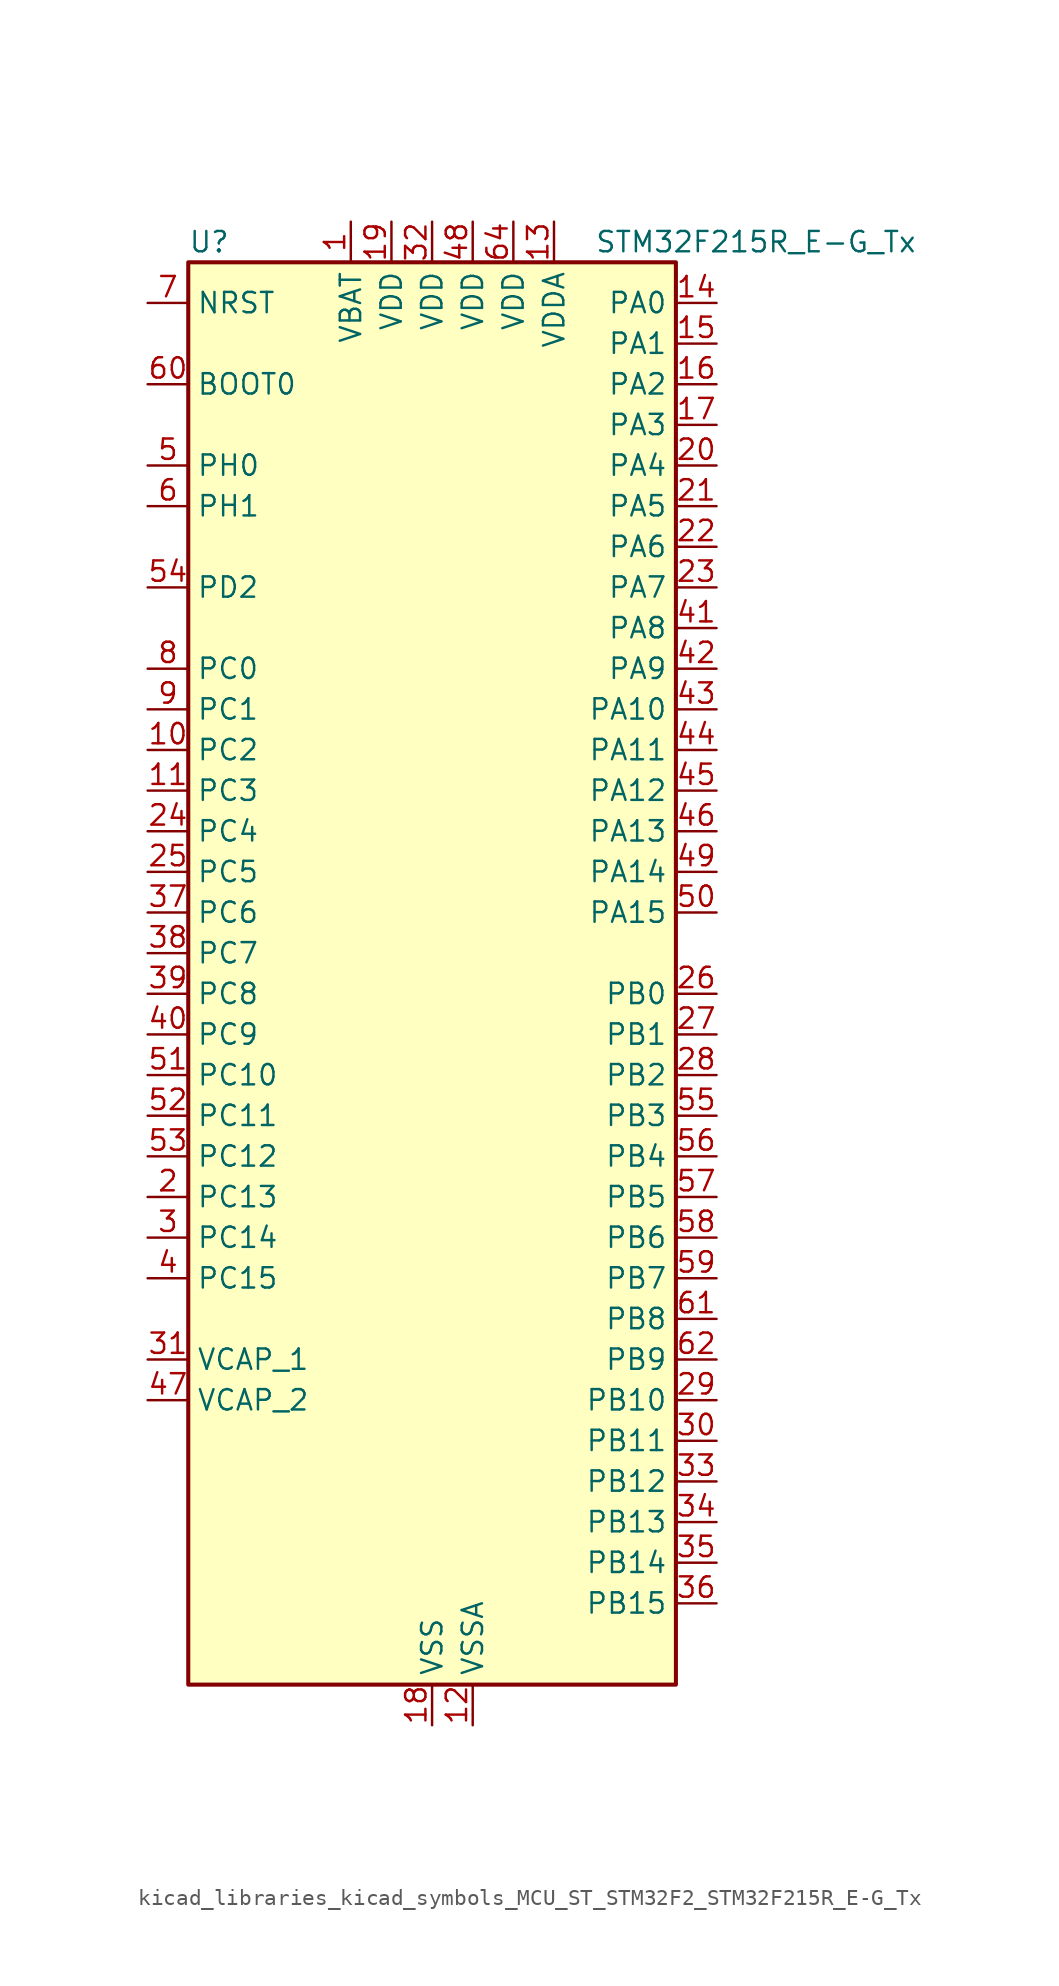
<source format=kicad_sym>
(kicad_symbol_lib
  (version 20220914)
  (generator kicad_symbol_editor)
  (symbol "kicad_libraries_kicad_symbols_MCU_ST_STM32F2_STM32F215R_E-G_Tx"
    (property "Reference" "U"
      (at -15.24 46.99 0)
      (effects (font (size 1.27 1.27)) (justify left)))
    (property "Value" "STM32F215R_E-G_Tx"
      (at 10.16 46.99 0)
      (effects (font (size 1.27 1.27)) (justify left)))
    (property "ki_locked" ""
      (at 0 0 0)
      (effects (font (size 1.27 1.27))))
    (symbol "kicad_libraries_kicad_symbols_MCU_ST_STM32F2_STM32F215R_E-G_Tx_0_1"
      (rectangle (start -15.24 -43.18) (end 15.24 45.72) (stroke (width 0.254) (type default)) (fill (type background))))
    (symbol "kicad_libraries_kicad_symbols_MCU_ST_STM32F2_STM32F215R_E-G_Tx_1_1"
      (pin power_in line (at -5.08 48.26 270) (length 2.54) (name "VBAT" (effects (font (size 1.27 1.27)))) (number "1" (effects (font (size 1.27 1.27)))))
      (pin bidirectional line (at -17.78 15.24 0) (length 2.54) (name "PC2" (effects (font (size 1.27 1.27)))) (number "10" (effects (font (size 1.27 1.27)))) (alternate "ADC1_IN12" bidirectional line) (alternate "ADC2_IN12" bidirectional line) (alternate "ADC3_IN12" bidirectional line) (alternate "SPI2_MISO" bidirectional line) (alternate "USB_OTG_HS_ULPI_DIR" bidirectional line))
      (pin bidirectional line (at -17.78 12.7 0) (length 2.54) (name "PC3" (effects (font (size 1.27 1.27)))) (number "11" (effects (font (size 1.27 1.27)))) (alternate "ADC1_IN13" bidirectional line) (alternate "ADC2_IN13" bidirectional line) (alternate "ADC3_IN13" bidirectional line) (alternate "I2S2_SD" bidirectional line) (alternate "SPI2_MOSI" bidirectional line) (alternate "USB_OTG_HS_ULPI_NXT" bidirectional line))
      (pin power_in line (at 2.54 -45.72 90) (length 2.54) (name "VSSA" (effects (font (size 1.27 1.27)))) (number "12" (effects (font (size 1.27 1.27)))))
      (pin power_in line (at 7.62 48.26 270) (length 2.54) (name "VDDA" (effects (font (size 1.27 1.27)))) (number "13" (effects (font (size 1.27 1.27)))))
      (pin bidirectional line (at 17.78 43.18 180) (length 2.54) (name "PA0" (effects (font (size 1.27 1.27)))) (number "14" (effects (font (size 1.27 1.27)))) (alternate "ADC1_IN0" bidirectional line) (alternate "ADC2_IN0" bidirectional line) (alternate "ADC3_IN0" bidirectional line) (alternate "SYS_WKUP" bidirectional line) (alternate "TIM2_CH1" bidirectional line) (alternate "TIM2_ETR" bidirectional line) (alternate "TIM5_CH1" bidirectional line) (alternate "TIM8_ETR" bidirectional line) (alternate "UART4_TX" bidirectional line) (alternate "USART2_CTS" bidirectional line))
      (pin bidirectional line (at 17.78 40.64 180) (length 2.54) (name "PA1" (effects (font (size 1.27 1.27)))) (number "15" (effects (font (size 1.27 1.27)))) (alternate "ADC1_IN1" bidirectional line) (alternate "ADC2_IN1" bidirectional line) (alternate "ADC3_IN1" bidirectional line) (alternate "TIM2_CH2" bidirectional line) (alternate "TIM5_CH2" bidirectional line) (alternate "UART4_RX" bidirectional line) (alternate "USART2_RTS" bidirectional line))
      (pin bidirectional line (at 17.78 38.1 180) (length 2.54) (name "PA2" (effects (font (size 1.27 1.27)))) (number "16" (effects (font (size 1.27 1.27)))) (alternate "ADC1_IN2" bidirectional line) (alternate "ADC2_IN2" bidirectional line) (alternate "ADC3_IN2" bidirectional line) (alternate "TIM2_CH3" bidirectional line) (alternate "TIM5_CH3" bidirectional line) (alternate "TIM9_CH1" bidirectional line) (alternate "USART2_TX" bidirectional line))
      (pin bidirectional line (at 17.78 35.56 180) (length 2.54) (name "PA3" (effects (font (size 1.27 1.27)))) (number "17" (effects (font (size 1.27 1.27)))) (alternate "ADC1_IN3" bidirectional line) (alternate "ADC2_IN3" bidirectional line) (alternate "ADC3_IN3" bidirectional line) (alternate "TIM2_CH4" bidirectional line) (alternate "TIM5_CH4" bidirectional line) (alternate "TIM9_CH2" bidirectional line) (alternate "USART2_RX" bidirectional line) (alternate "USB_OTG_HS_ULPI_D0" bidirectional line))
      (pin power_in line (at 0 -45.72 90) (length 2.54) (name "VSS" (effects (font (size 1.27 1.27)))) (number "18" (effects (font (size 1.27 1.27)))))
      (pin power_in line (at -2.54 48.26 270) (length 2.54) (name "VDD" (effects (font (size 1.27 1.27)))) (number "19" (effects (font (size 1.27 1.27)))))
      (pin bidirectional line (at -17.78 -12.7 0) (length 2.54) (name "PC13" (effects (font (size 1.27 1.27)))) (number "2" (effects (font (size 1.27 1.27)))) (alternate "RTC_AF1" bidirectional line))
      (pin bidirectional line (at 17.78 33.02 180) (length 2.54) (name "PA4" (effects (font (size 1.27 1.27)))) (number "20" (effects (font (size 1.27 1.27)))) (alternate "ADC1_IN4" bidirectional line) (alternate "ADC2_IN4" bidirectional line) (alternate "DAC_OUT1" bidirectional line) (alternate "I2S3_WS" bidirectional line) (alternate "SPI1_NSS" bidirectional line) (alternate "SPI3_NSS" bidirectional line) (alternate "USART2_CK" bidirectional line) (alternate "USB_OTG_HS_SOF" bidirectional line))
      (pin bidirectional line (at 17.78 30.48 180) (length 2.54) (name "PA5" (effects (font (size 1.27 1.27)))) (number "21" (effects (font (size 1.27 1.27)))) (alternate "ADC1_IN5" bidirectional line) (alternate "ADC2_IN5" bidirectional line) (alternate "DAC_OUT2" bidirectional line) (alternate "SPI1_SCK" bidirectional line) (alternate "TIM2_CH1" bidirectional line) (alternate "TIM2_ETR" bidirectional line) (alternate "TIM8_CH1N" bidirectional line) (alternate "USB_OTG_HS_ULPI_CK" bidirectional line))
      (pin bidirectional line (at 17.78 27.94 180) (length 2.54) (name "PA6" (effects (font (size 1.27 1.27)))) (number "22" (effects (font (size 1.27 1.27)))) (alternate "ADC1_IN6" bidirectional line) (alternate "ADC2_IN6" bidirectional line) (alternate "SPI1_MISO" bidirectional line) (alternate "TIM13_CH1" bidirectional line) (alternate "TIM1_BKIN" bidirectional line) (alternate "TIM3_CH1" bidirectional line) (alternate "TIM8_BKIN" bidirectional line))
      (pin bidirectional line (at 17.78 25.4 180) (length 2.54) (name "PA7" (effects (font (size 1.27 1.27)))) (number "23" (effects (font (size 1.27 1.27)))) (alternate "ADC1_IN7" bidirectional line) (alternate "ADC2_IN7" bidirectional line) (alternate "SPI1_MOSI" bidirectional line) (alternate "TIM14_CH1" bidirectional line) (alternate "TIM1_CH1N" bidirectional line) (alternate "TIM3_CH2" bidirectional line) (alternate "TIM8_CH1N" bidirectional line))
      (pin bidirectional line (at -17.78 10.16 0) (length 2.54) (name "PC4" (effects (font (size 1.27 1.27)))) (number "24" (effects (font (size 1.27 1.27)))) (alternate "ADC1_IN14" bidirectional line) (alternate "ADC2_IN14" bidirectional line))
      (pin bidirectional line (at -17.78 7.62 0) (length 2.54) (name "PC5" (effects (font (size 1.27 1.27)))) (number "25" (effects (font (size 1.27 1.27)))) (alternate "ADC1_IN15" bidirectional line) (alternate "ADC2_IN15" bidirectional line))
      (pin bidirectional line (at 17.78 0 180) (length 2.54) (name "PB0" (effects (font (size 1.27 1.27)))) (number "26" (effects (font (size 1.27 1.27)))) (alternate "ADC1_IN8" bidirectional line) (alternate "ADC2_IN8" bidirectional line) (alternate "TIM1_CH2N" bidirectional line) (alternate "TIM3_CH3" bidirectional line) (alternate "TIM8_CH2N" bidirectional line) (alternate "USB_OTG_HS_ULPI_D1" bidirectional line))
      (pin bidirectional line (at 17.78 -2.54 180) (length 2.54) (name "PB1" (effects (font (size 1.27 1.27)))) (number "27" (effects (font (size 1.27 1.27)))) (alternate "ADC1_IN9" bidirectional line) (alternate "ADC2_IN9" bidirectional line) (alternate "TIM1_CH3N" bidirectional line) (alternate "TIM3_CH4" bidirectional line) (alternate "TIM8_CH3N" bidirectional line) (alternate "USB_OTG_HS_ULPI_D2" bidirectional line))
      (pin bidirectional line (at 17.78 -5.08 180) (length 2.54) (name "PB2" (effects (font (size 1.27 1.27)))) (number "28" (effects (font (size 1.27 1.27)))))
      (pin bidirectional line (at 17.78 -25.4 180) (length 2.54) (name "PB10" (effects (font (size 1.27 1.27)))) (number "29" (effects (font (size 1.27 1.27)))) (alternate "I2C2_SCL" bidirectional line) (alternate "I2S2_SCK" bidirectional line) (alternate "SPI2_SCK" bidirectional line) (alternate "TIM2_CH3" bidirectional line) (alternate "USART3_TX" bidirectional line) (alternate "USB_OTG_HS_ULPI_D3" bidirectional line))
      (pin bidirectional line (at -17.78 -15.24 0) (length 2.54) (name "PC14" (effects (font (size 1.27 1.27)))) (number "3" (effects (font (size 1.27 1.27)))) (alternate "RCC_OSC32_IN" bidirectional line))
      (pin bidirectional line (at 17.78 -27.94 180) (length 2.54) (name "PB11" (effects (font (size 1.27 1.27)))) (number "30" (effects (font (size 1.27 1.27)))) (alternate "ADC1_EXTI11" bidirectional line) (alternate "ADC2_EXTI11" bidirectional line) (alternate "ADC3_EXTI11" bidirectional line) (alternate "I2C2_SDA" bidirectional line) (alternate "TIM2_CH4" bidirectional line) (alternate "USART3_RX" bidirectional line) (alternate "USB_OTG_HS_ULPI_D4" bidirectional line))
      (pin power_out line (at -17.78 -22.86 0) (length 2.54) (name "VCAP_1" (effects (font (size 1.27 1.27)))) (number "31" (effects (font (size 1.27 1.27)))))
      (pin power_in line (at 0 48.26 270) (length 2.54) (name "VDD" (effects (font (size 1.27 1.27)))) (number "32" (effects (font (size 1.27 1.27)))))
      (pin bidirectional line (at 17.78 -30.48 180) (length 2.54) (name "PB12" (effects (font (size 1.27 1.27)))) (number "33" (effects (font (size 1.27 1.27)))) (alternate "CAN2_RX" bidirectional line) (alternate "I2C2_SMBA" bidirectional line) (alternate "I2S2_WS" bidirectional line) (alternate "SPI2_NSS" bidirectional line) (alternate "TIM1_BKIN" bidirectional line) (alternate "USART3_CK" bidirectional line) (alternate "USB_OTG_HS_ID" bidirectional line) (alternate "USB_OTG_HS_ULPI_D5" bidirectional line))
      (pin bidirectional line (at 17.78 -33.02 180) (length 2.54) (name "PB13" (effects (font (size 1.27 1.27)))) (number "34" (effects (font (size 1.27 1.27)))) (alternate "CAN2_TX" bidirectional line) (alternate "I2S2_SCK" bidirectional line) (alternate "SPI2_SCK" bidirectional line) (alternate "TIM1_CH1N" bidirectional line) (alternate "USART3_CTS" bidirectional line) (alternate "USB_OTG_HS_ULPI_D6" bidirectional line) (alternate "USB_OTG_HS_VBUS" bidirectional line))
      (pin bidirectional line (at 17.78 -35.56 180) (length 2.54) (name "PB14" (effects (font (size 1.27 1.27)))) (number "35" (effects (font (size 1.27 1.27)))) (alternate "SPI2_MISO" bidirectional line) (alternate "TIM12_CH1" bidirectional line) (alternate "TIM1_CH2N" bidirectional line) (alternate "TIM8_CH2N" bidirectional line) (alternate "USART3_RTS" bidirectional line) (alternate "USB_OTG_HS_DM" bidirectional line))
      (pin bidirectional line (at 17.78 -38.1 180) (length 2.54) (name "PB15" (effects (font (size 1.27 1.27)))) (number "36" (effects (font (size 1.27 1.27)))) (alternate "ADC1_EXTI15" bidirectional line) (alternate "ADC2_EXTI15" bidirectional line) (alternate "ADC3_EXTI15" bidirectional line) (alternate "I2S2_SD" bidirectional line) (alternate "RTC_REFIN" bidirectional line) (alternate "SPI2_MOSI" bidirectional line) (alternate "TIM12_CH2" bidirectional line) (alternate "TIM1_CH3N" bidirectional line) (alternate "TIM8_CH3N" bidirectional line) (alternate "USB_OTG_HS_DP" bidirectional line))
      (pin bidirectional line (at -17.78 5.08 0) (length 2.54) (name "PC6" (effects (font (size 1.27 1.27)))) (number "37" (effects (font (size 1.27 1.27)))) (alternate "I2S2_MCK" bidirectional line) (alternate "SDIO_D6" bidirectional line) (alternate "TIM3_CH1" bidirectional line) (alternate "TIM8_CH1" bidirectional line) (alternate "USART6_TX" bidirectional line))
      (pin bidirectional line (at -17.78 2.54 0) (length 2.54) (name "PC7" (effects (font (size 1.27 1.27)))) (number "38" (effects (font (size 1.27 1.27)))) (alternate "I2S3_MCK" bidirectional line) (alternate "SDIO_D7" bidirectional line) (alternate "TIM3_CH2" bidirectional line) (alternate "TIM8_CH2" bidirectional line) (alternate "USART6_RX" bidirectional line))
      (pin bidirectional line (at -17.78 0 0) (length 2.54) (name "PC8" (effects (font (size 1.27 1.27)))) (number "39" (effects (font (size 1.27 1.27)))) (alternate "SDIO_D0" bidirectional line) (alternate "TIM3_CH3" bidirectional line) (alternate "TIM8_CH3" bidirectional line) (alternate "USART6_CK" bidirectional line))
      (pin bidirectional line (at -17.78 -17.78 0) (length 2.54) (name "PC15" (effects (font (size 1.27 1.27)))) (number "4" (effects (font (size 1.27 1.27)))) (alternate "ADC1_EXTI15" bidirectional line) (alternate "ADC2_EXTI15" bidirectional line) (alternate "ADC3_EXTI15" bidirectional line) (alternate "RCC_OSC32_OUT" bidirectional line))
      (pin bidirectional line (at -17.78 -2.54 0) (length 2.54) (name "PC9" (effects (font (size 1.27 1.27)))) (number "40" (effects (font (size 1.27 1.27)))) (alternate "DAC_EXTI9" bidirectional line) (alternate "I2C3_SDA" bidirectional line) (alternate "I2S_CKIN" bidirectional line) (alternate "RCC_MCO_2" bidirectional line) (alternate "SDIO_D1" bidirectional line) (alternate "TIM3_CH4" bidirectional line) (alternate "TIM8_CH4" bidirectional line))
      (pin bidirectional line (at 17.78 22.86 180) (length 2.54) (name "PA8" (effects (font (size 1.27 1.27)))) (number "41" (effects (font (size 1.27 1.27)))) (alternate "I2C3_SCL" bidirectional line) (alternate "RCC_MCO_1" bidirectional line) (alternate "TIM1_CH1" bidirectional line) (alternate "USART1_CK" bidirectional line) (alternate "USB_OTG_FS_SOF" bidirectional line))
      (pin bidirectional line (at 17.78 20.32 180) (length 2.54) (name "PA9" (effects (font (size 1.27 1.27)))) (number "42" (effects (font (size 1.27 1.27)))) (alternate "DAC_EXTI9" bidirectional line) (alternate "I2C3_SMBA" bidirectional line) (alternate "TIM1_CH2" bidirectional line) (alternate "USART1_TX" bidirectional line) (alternate "USB_OTG_FS_VBUS" bidirectional line))
      (pin bidirectional line (at 17.78 17.78 180) (length 2.54) (name "PA10" (effects (font (size 1.27 1.27)))) (number "43" (effects (font (size 1.27 1.27)))) (alternate "TIM1_CH3" bidirectional line) (alternate "USART1_RX" bidirectional line) (alternate "USB_OTG_FS_ID" bidirectional line))
      (pin bidirectional line (at 17.78 15.24 180) (length 2.54) (name "PA11" (effects (font (size 1.27 1.27)))) (number "44" (effects (font (size 1.27 1.27)))) (alternate "ADC1_EXTI11" bidirectional line) (alternate "ADC2_EXTI11" bidirectional line) (alternate "ADC3_EXTI11" bidirectional line) (alternate "CAN1_RX" bidirectional line) (alternate "TIM1_CH4" bidirectional line) (alternate "USART1_CTS" bidirectional line) (alternate "USB_OTG_FS_DM" bidirectional line))
      (pin bidirectional line (at 17.78 12.7 180) (length 2.54) (name "PA12" (effects (font (size 1.27 1.27)))) (number "45" (effects (font (size 1.27 1.27)))) (alternate "CAN1_TX" bidirectional line) (alternate "TIM1_ETR" bidirectional line) (alternate "USART1_RTS" bidirectional line) (alternate "USB_OTG_FS_DP" bidirectional line))
      (pin bidirectional line (at 17.78 10.16 180) (length 2.54) (name "PA13" (effects (font (size 1.27 1.27)))) (number "46" (effects (font (size 1.27 1.27)))) (alternate "SYS_JTMS-SWDIO" bidirectional line))
      (pin power_out line (at -17.78 -25.4 0) (length 2.54) (name "VCAP_2" (effects (font (size 1.27 1.27)))) (number "47" (effects (font (size 1.27 1.27)))))
      (pin power_in line (at 2.54 48.26 270) (length 2.54) (name "VDD" (effects (font (size 1.27 1.27)))) (number "48" (effects (font (size 1.27 1.27)))))
      (pin bidirectional line (at 17.78 7.62 180) (length 2.54) (name "PA14" (effects (font (size 1.27 1.27)))) (number "49" (effects (font (size 1.27 1.27)))) (alternate "SYS_JTCK-SWCLK" bidirectional line))
      (pin bidirectional line (at -17.78 33.02 0) (length 2.54) (name "PH0" (effects (font (size 1.27 1.27)))) (number "5" (effects (font (size 1.27 1.27)))) (alternate "RCC_OSC_IN" bidirectional line))
      (pin bidirectional line (at 17.78 5.08 180) (length 2.54) (name "PA15" (effects (font (size 1.27 1.27)))) (number "50" (effects (font (size 1.27 1.27)))) (alternate "ADC1_EXTI15" bidirectional line) (alternate "ADC2_EXTI15" bidirectional line) (alternate "ADC3_EXTI15" bidirectional line) (alternate "I2S3_WS" bidirectional line) (alternate "SPI1_NSS" bidirectional line) (alternate "SPI3_NSS" bidirectional line) (alternate "SYS_JTDI" bidirectional line) (alternate "TIM2_CH1" bidirectional line) (alternate "TIM2_ETR" bidirectional line))
      (pin bidirectional line (at -17.78 -5.08 0) (length 2.54) (name "PC10" (effects (font (size 1.27 1.27)))) (number "51" (effects (font (size 1.27 1.27)))) (alternate "I2S3_SCK" bidirectional line) (alternate "SDIO_D2" bidirectional line) (alternate "SPI3_SCK" bidirectional line) (alternate "UART4_TX" bidirectional line) (alternate "USART3_TX" bidirectional line))
      (pin bidirectional line (at -17.78 -7.62 0) (length 2.54) (name "PC11" (effects (font (size 1.27 1.27)))) (number "52" (effects (font (size 1.27 1.27)))) (alternate "ADC1_EXTI11" bidirectional line) (alternate "ADC2_EXTI11" bidirectional line) (alternate "ADC3_EXTI11" bidirectional line) (alternate "SDIO_D3" bidirectional line) (alternate "SPI3_MISO" bidirectional line) (alternate "UART4_RX" bidirectional line) (alternate "USART3_RX" bidirectional line))
      (pin bidirectional line (at -17.78 -10.16 0) (length 2.54) (name "PC12" (effects (font (size 1.27 1.27)))) (number "53" (effects (font (size 1.27 1.27)))) (alternate "I2S3_SD" bidirectional line) (alternate "SDIO_CK" bidirectional line) (alternate "SPI3_MOSI" bidirectional line) (alternate "UART5_TX" bidirectional line) (alternate "USART3_CK" bidirectional line))
      (pin bidirectional line (at -17.78 25.4 0) (length 2.54) (name "PD2" (effects (font (size 1.27 1.27)))) (number "54" (effects (font (size 1.27 1.27)))) (alternate "SDIO_CMD" bidirectional line) (alternate "TIM3_ETR" bidirectional line) (alternate "UART5_RX" bidirectional line))
      (pin bidirectional line (at 17.78 -7.62 180) (length 2.54) (name "PB3" (effects (font (size 1.27 1.27)))) (number "55" (effects (font (size 1.27 1.27)))) (alternate "I2S3_SCK" bidirectional line) (alternate "SPI1_SCK" bidirectional line) (alternate "SPI3_SCK" bidirectional line) (alternate "SYS_JTDO-SWO" bidirectional line) (alternate "TIM2_CH2" bidirectional line))
      (pin bidirectional line (at 17.78 -10.16 180) (length 2.54) (name "PB4" (effects (font (size 1.27 1.27)))) (number "56" (effects (font (size 1.27 1.27)))) (alternate "SPI1_MISO" bidirectional line) (alternate "SPI3_MISO" bidirectional line) (alternate "SYS_JTRST" bidirectional line) (alternate "TIM3_CH1" bidirectional line))
      (pin bidirectional line (at 17.78 -12.7 180) (length 2.54) (name "PB5" (effects (font (size 1.27 1.27)))) (number "57" (effects (font (size 1.27 1.27)))) (alternate "CAN2_RX" bidirectional line) (alternate "I2C1_SMBA" bidirectional line) (alternate "I2S3_SD" bidirectional line) (alternate "SPI1_MOSI" bidirectional line) (alternate "SPI3_MOSI" bidirectional line) (alternate "TIM3_CH2" bidirectional line) (alternate "USB_OTG_HS_ULPI_D7" bidirectional line))
      (pin bidirectional line (at 17.78 -15.24 180) (length 2.54) (name "PB6" (effects (font (size 1.27 1.27)))) (number "58" (effects (font (size 1.27 1.27)))) (alternate "CAN2_TX" bidirectional line) (alternate "I2C1_SCL" bidirectional line) (alternate "TIM4_CH1" bidirectional line) (alternate "USART1_TX" bidirectional line))
      (pin bidirectional line (at 17.78 -17.78 180) (length 2.54) (name "PB7" (effects (font (size 1.27 1.27)))) (number "59" (effects (font (size 1.27 1.27)))) (alternate "I2C1_SDA" bidirectional line) (alternate "TIM4_CH2" bidirectional line) (alternate "USART1_RX" bidirectional line))
      (pin bidirectional line (at -17.78 30.48 0) (length 2.54) (name "PH1" (effects (font (size 1.27 1.27)))) (number "6" (effects (font (size 1.27 1.27)))) (alternate "RCC_OSC_OUT" bidirectional line))
      (pin input line (at -17.78 38.1 0) (length 2.54) (name "BOOT0" (effects (font (size 1.27 1.27)))) (number "60" (effects (font (size 1.27 1.27)))))
      (pin bidirectional line (at 17.78 -20.32 180) (length 2.54) (name "PB8" (effects (font (size 1.27 1.27)))) (number "61" (effects (font (size 1.27 1.27)))) (alternate "CAN1_RX" bidirectional line) (alternate "I2C1_SCL" bidirectional line) (alternate "SDIO_D4" bidirectional line) (alternate "TIM10_CH1" bidirectional line) (alternate "TIM4_CH3" bidirectional line))
      (pin bidirectional line (at 17.78 -22.86 180) (length 2.54) (name "PB9" (effects (font (size 1.27 1.27)))) (number "62" (effects (font (size 1.27 1.27)))) (alternate "CAN1_TX" bidirectional line) (alternate "DAC_EXTI9" bidirectional line) (alternate "I2C1_SDA" bidirectional line) (alternate "I2S2_WS" bidirectional line) (alternate "SDIO_D5" bidirectional line) (alternate "SPI2_NSS" bidirectional line) (alternate "TIM11_CH1" bidirectional line) (alternate "TIM4_CH4" bidirectional line))
      (pin passive line (at 0 -45.72 90) (length 2.54) hide (name "VSS" (effects (font (size 1.27 1.27)))) (number "63" (effects (font (size 1.27 1.27)))))
      (pin power_in line (at 5.08 48.26 270) (length 2.54) (name "VDD" (effects (font (size 1.27 1.27)))) (number "64" (effects (font (size 1.27 1.27)))))
      (pin input line (at -17.78 43.18 0) (length 2.54) (name "NRST" (effects (font (size 1.27 1.27)))) (number "7" (effects (font (size 1.27 1.27)))))
      (pin bidirectional line (at -17.78 20.32 0) (length 2.54) (name "PC0" (effects (font (size 1.27 1.27)))) (number "8" (effects (font (size 1.27 1.27)))) (alternate "ADC1_IN10" bidirectional line) (alternate "ADC2_IN10" bidirectional line) (alternate "ADC3_IN10" bidirectional line) (alternate "USB_OTG_HS_ULPI_STP" bidirectional line))
      (pin bidirectional line (at -17.78 17.78 0) (length 2.54) (name "PC1" (effects (font (size 1.27 1.27)))) (number "9" (effects (font (size 1.27 1.27)))) (alternate "ADC1_IN11" bidirectional line) (alternate "ADC2_IN11" bidirectional line) (alternate "ADC3_IN11" bidirectional line)))))
</source>
